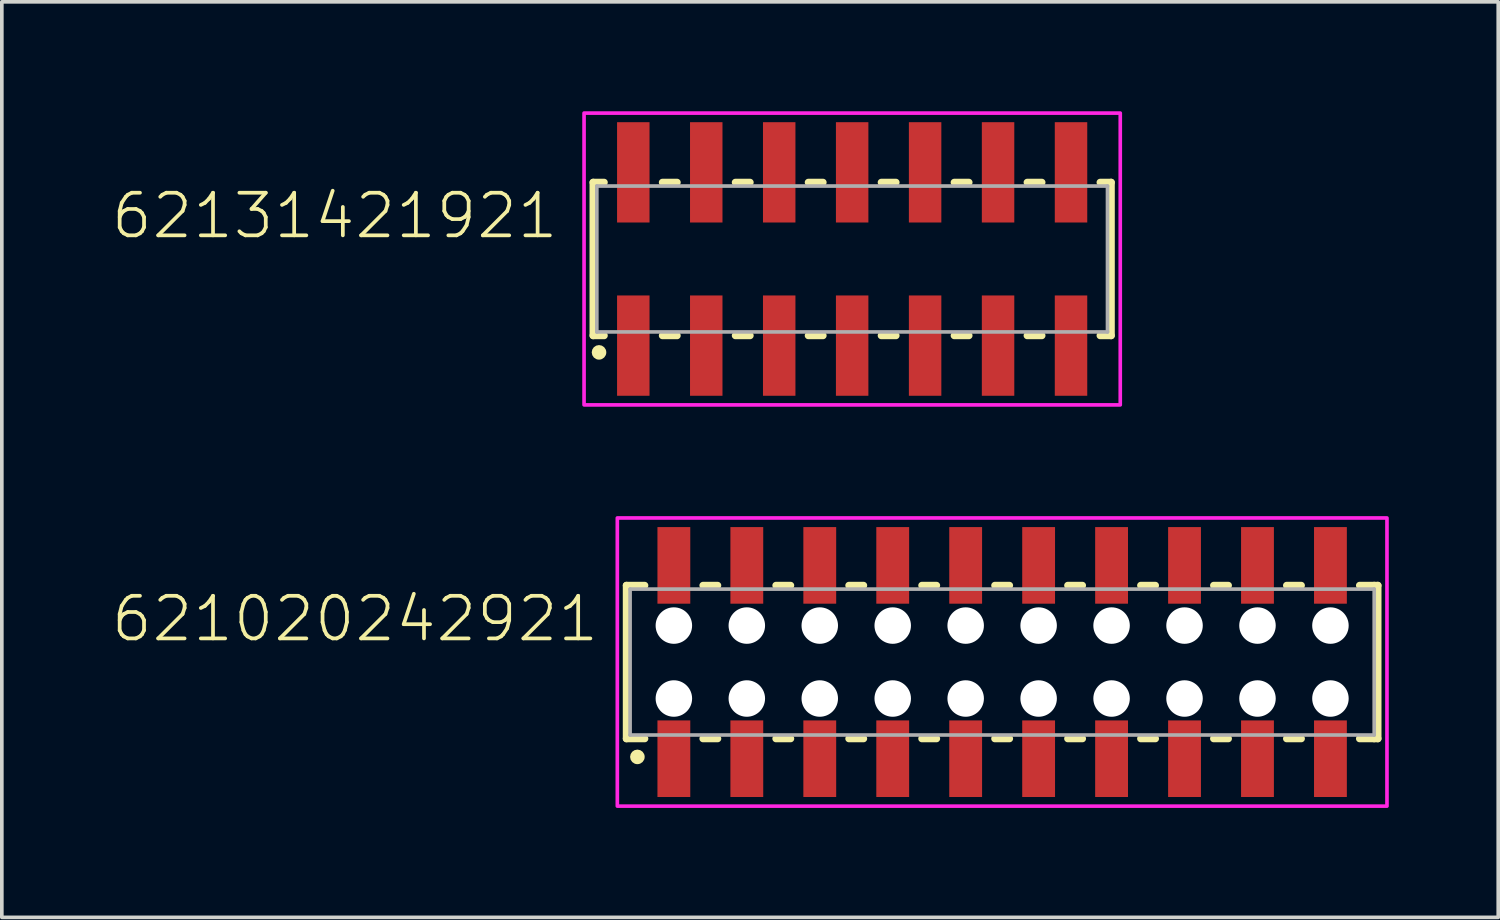
<source format=kicad_pcb>
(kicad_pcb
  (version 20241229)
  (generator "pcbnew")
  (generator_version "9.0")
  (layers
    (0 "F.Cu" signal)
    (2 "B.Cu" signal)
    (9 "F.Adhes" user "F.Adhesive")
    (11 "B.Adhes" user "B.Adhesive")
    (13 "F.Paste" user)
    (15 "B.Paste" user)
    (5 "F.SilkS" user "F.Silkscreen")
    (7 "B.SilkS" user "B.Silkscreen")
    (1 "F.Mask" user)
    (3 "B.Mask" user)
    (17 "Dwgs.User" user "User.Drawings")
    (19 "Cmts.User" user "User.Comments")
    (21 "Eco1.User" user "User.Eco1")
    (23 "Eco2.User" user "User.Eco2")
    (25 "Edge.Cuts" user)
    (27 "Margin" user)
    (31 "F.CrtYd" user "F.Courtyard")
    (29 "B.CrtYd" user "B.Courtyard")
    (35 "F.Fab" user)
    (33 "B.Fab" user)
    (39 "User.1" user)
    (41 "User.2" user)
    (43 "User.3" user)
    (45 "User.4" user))
  (footprint "621020242921"
    (layer "F.Cu")
    (at 24.424 15.1)
    (property "Reference" "621020242921" (at -11 -0.5 0) (unlocked yes) (layer "F.SilkS") (effects (font (size 1.168 1.168) (thickness 0.102)) (justify right bottom)))
    (fp_line (start -10.3 -2.1) (end -10.3 2.1) (stroke (width 0.2) (type solid)) (layer "F.SilkS"))
    (fp_line (start -10.3 2.1) (end -9.8 2.1) (stroke (width 0.2) (type solid)) (layer "F.SilkS"))
    (fp_line (start -9.8 -2.1) (end -10.3 -2.1) (stroke (width 0.2) (type solid)) (layer "F.SilkS"))
    (fp_line (start -8.2 2.1) (end -7.8 2.1) (stroke (width 0.2) (type solid)) (layer "F.SilkS"))
    (fp_line (start -7.8 -2.1) (end -8.2 -2.1) (stroke (width 0.2) (type solid)) (layer "F.SilkS"))
    (fp_line (start -6.2 2.1) (end -5.8 2.1) (stroke (width 0.2) (type solid)) (layer "F.SilkS"))
    (fp_line (start -5.8 -2.1) (end -6.2 -2.1) (stroke (width 0.2) (type solid)) (layer "F.SilkS"))
    (fp_line (start -4.2 2.1) (end -3.8 2.1) (stroke (width 0.2) (type solid)) (layer "F.SilkS"))
    (fp_line (start -3.8 -2.1) (end -4.2 -2.1) (stroke (width 0.2) (type solid)) (layer "F.SilkS"))
    (fp_line (start -2.2 2.1) (end -1.8 2.1) (stroke (width 0.2) (type solid)) (layer "F.SilkS"))
    (fp_line (start -1.8 -2.1) (end -2.2 -2.1) (stroke (width 0.2) (type solid)) (layer "F.SilkS"))
    (fp_line (start -0.2 2.1) (end 0.2 2.1) (stroke (width 0.2) (type solid)) (layer "F.SilkS"))
    (fp_line (start 0.2 -2.1) (end -0.2 -2.1) (stroke (width 0.2) (type solid)) (layer "F.SilkS"))
    (fp_line (start 1.8 2.1) (end 2.2 2.1) (stroke (width 0.2) (type solid)) (layer "F.SilkS"))
    (fp_line (start 2.2 -2.1) (end 1.8 -2.1) (stroke (width 0.2) (type solid)) (layer "F.SilkS"))
    (fp_line (start 3.8 2.1) (end 4.2 2.1) (stroke (width 0.2) (type solid)) (layer "F.SilkS"))
    (fp_line (start 4.2 -2.1) (end 3.8 -2.1) (stroke (width 0.2) (type solid)) (layer "F.SilkS"))
    (fp_line (start 5.8 2.1) (end 6.2 2.1) (stroke (width 0.2) (type solid)) (layer "F.SilkS"))
    (fp_line (start 6.2 -2.1) (end 5.8 -2.1) (stroke (width 0.2) (type solid)) (layer "F.SilkS"))
    (fp_line (start 7.8 2.1) (end 8.2 2.1) (stroke (width 0.2) (type solid)) (layer "F.SilkS"))
    (fp_line (start 8.2 -2.1) (end 7.8 -2.1) (stroke (width 0.2) (type solid)) (layer "F.SilkS"))
    (fp_line (start 9.8 2.1) (end 10.2 2.1) (stroke (width 0.2) (type solid)) (layer "F.SilkS"))
    (fp_line (start 10.2 -2.1) (end 9.8 -2.1) (stroke (width 0.2) (type solid)) (layer "F.SilkS"))
    (fp_line (start 10.2 -2.1) (end 10.3 -2.1) (stroke (width 0.2) (type solid)) (layer "F.SilkS"))
    (fp_line (start 10.3 -2.1) (end 10.3 2.1) (stroke (width 0.2) (type solid)) (layer "F.SilkS"))
    (fp_line (start 10.3 2.1) (end 10.2 2.1) (stroke (width 0.2) (type solid)) (layer "F.SilkS"))
    (fp_circle (center -10 2.6) (end -9.9 2.6) (stroke (width 0.2) (type solid)) (fill no) (layer "F.SilkS"))
    (fp_poly (pts (xy 10.55 3.95) (xy -10.55 3.95) (xy -10.55 -3.95) (xy 10.55 -3.95)) (stroke (width 0.1) (type default)) (fill no) (layer "F.CrtYd"))
    (fp_line (start -10.2 -2) (end -10.2 2) (stroke (width 0.1) (type solid)) (layer "F.Fab"))
    (fp_line (start -10.2 2) (end 10.2 2) (stroke (width 0.1) (type solid)) (layer "F.Fab"))
    (fp_line (start 10.2 -2) (end -10.2 -2) (stroke (width 0.1) (type solid)) (layer "F.Fab"))
    (fp_line (start 10.2 2) (end 10.2 -2) (stroke (width 0.1) (type solid)) (layer "F.Fab"))
    (pad "" np_thru_hole circle (at -9 -1) (size 1 1) (drill 1) (layers "*.Cu" "*.Mask"))
    (pad "" np_thru_hole circle (at -9 1) (size 1 1) (drill 1) (layers "*.Cu" "*.Mask"))
    (pad "" np_thru_hole circle (at -7 -1) (size 1 1) (drill 1) (layers "*.Cu" "*.Mask"))
    (pad "" np_thru_hole circle (at -7 1) (size 1 1) (drill 1) (layers "*.Cu" "*.Mask"))
    (pad "" np_thru_hole circle (at -5 -1) (size 1 1) (drill 1) (layers "*.Cu" "*.Mask"))
    (pad "" np_thru_hole circle (at -5 1) (size 1 1) (drill 1) (layers "*.Cu" "*.Mask"))
    (pad "" np_thru_hole circle (at -3 -1) (size 1 1) (drill 1) (layers "*.Cu" "*.Mask"))
    (pad "" np_thru_hole circle (at -3 1) (size 1 1) (drill 1) (layers "*.Cu" "*.Mask"))
    (pad "" np_thru_hole circle (at -1 -1) (size 1 1) (drill 1) (layers "*.Cu" "*.Mask"))
    (pad "" np_thru_hole circle (at -1 1) (size 1 1) (drill 1) (layers "*.Cu" "*.Mask"))
    (pad "" np_thru_hole circle (at 1 -1) (size 1 1) (drill 1) (layers "*.Cu" "*.Mask"))
    (pad "" np_thru_hole circle (at 1 1) (size 1 1) (drill 1) (layers "*.Cu" "*.Mask"))
    (pad "" np_thru_hole circle (at 3 -1) (size 1 1) (drill 1) (layers "*.Cu" "*.Mask"))
    (pad "" np_thru_hole circle (at 3 1) (size 1 1) (drill 1) (layers "*.Cu" "*.Mask"))
    (pad "" np_thru_hole circle (at 5 -1) (size 1 1) (drill 1) (layers "*.Cu" "*.Mask"))
    (pad "" np_thru_hole circle (at 5 1) (size 1 1) (drill 1) (layers "*.Cu" "*.Mask"))
    (pad "" np_thru_hole circle (at 7 -1) (size 1 1) (drill 1) (layers "*.Cu" "*.Mask"))
    (pad "" np_thru_hole circle (at 7 1) (size 1 1) (drill 1) (layers "*.Cu" "*.Mask"))
    (pad "" np_thru_hole circle (at 9 -1) (size 1 1) (drill 1) (layers "*.Cu" "*.Mask"))
    (pad "" np_thru_hole circle (at 9 1) (size 1 1) (drill 1) (layers "*.Cu" "*.Mask"))
    (pad "1" smd rect (at -9 2.65) (size 0.9 2.1) (layers "F.Cu" "F.Mask" "F.Paste"))
    (pad "2" smd rect (at -9 -2.65) (size 0.9 2.1) (layers "F.Cu" "F.Mask" "F.Paste"))
    (pad "3" smd rect (at -7 2.65) (size 0.9 2.1) (layers "F.Cu" "F.Mask" "F.Paste"))
    (pad "4" smd rect (at -7 -2.65) (size 0.9 2.1) (layers "F.Cu" "F.Mask" "F.Paste"))
    (pad "5" smd rect (at -5 2.65) (size 0.9 2.1) (layers "F.Cu" "F.Mask" "F.Paste"))
    (pad "6" smd rect (at -5 -2.65) (size 0.9 2.1) (layers "F.Cu" "F.Mask" "F.Paste"))
    (pad "7" smd rect (at -3 2.65) (size 0.9 2.1) (layers "F.Cu" "F.Mask" "F.Paste"))
    (pad "8" smd rect (at -3 -2.65) (size 0.9 2.1) (layers "F.Cu" "F.Mask" "F.Paste"))
    (pad "9" smd rect (at -1 2.65) (size 0.9 2.1) (layers "F.Cu" "F.Mask" "F.Paste"))
    (pad "10" smd rect (at -1 -2.65) (size 0.9 2.1) (layers "F.Cu" "F.Mask" "F.Paste"))
    (pad "11" smd rect (at 1 2.65) (size 0.9 2.1) (layers "F.Cu" "F.Mask" "F.Paste"))
    (pad "12" smd rect (at 1 -2.65) (size 0.9 2.1) (layers "F.Cu" "F.Mask" "F.Paste"))
    (pad "13" smd rect (at 3 2.65) (size 0.9 2.1) (layers "F.Cu" "F.Mask" "F.Paste"))
    (pad "14" smd rect (at 3 -2.65) (size 0.9 2.1) (layers "F.Cu" "F.Mask" "F.Paste"))
    (pad "15" smd rect (at 5 2.65) (size 0.9 2.1) (layers "F.Cu" "F.Mask" "F.Paste"))
    (pad "16" smd rect (at 5 -2.65) (size 0.9 2.1) (layers "F.Cu" "F.Mask" "F.Paste"))
    (pad "17" smd rect (at 7 2.65) (size 0.9 2.1) (layers "F.Cu" "F.Mask" "F.Paste"))
    (pad "18" smd rect (at 7 -2.65) (size 0.9 2.1) (layers "F.Cu" "F.Mask" "F.Paste"))
    (pad "19" smd rect (at 9 2.65) (size 0.9 2.1) (layers "F.Cu" "F.Mask" "F.Paste"))
    (pad "20" smd rect (at 9 -2.65) (size 0.9 2.1) (layers "F.Cu" "F.Mask" "F.Paste")))
  (footprint "62131421921"
    (layer "F.Cu")
    (at 20.312 4.05)
    (property "Reference" "62131421921" (at -8 -0.5 0) (unlocked yes) (layer "F.SilkS") (effects (font (size 1.168 1.168) (thickness 0.102)) (justify right bottom)))
    (fp_line (start -7.1 -2.1) (end -7.1 2.1) (stroke (width 0.2) (type solid)) (layer "F.SilkS"))
    (fp_line (start -7.1 2.1) (end -6.8 2.1) (stroke (width 0.2) (type solid)) (layer "F.SilkS"))
    (fp_line (start -6.8 -2.1) (end -7.1 -2.1) (stroke (width 0.2) (type solid)) (layer "F.SilkS"))
    (fp_line (start -5.2 -2.1) (end -4.8 -2.1) (stroke (width 0.2) (type solid)) (layer "F.SilkS"))
    (fp_line (start -4.8 2.1) (end -5.2 2.1) (stroke (width 0.2) (type solid)) (layer "F.SilkS"))
    (fp_line (start -3.2 -2.1) (end -2.8 -2.1) (stroke (width 0.2) (type solid)) (layer "F.SilkS"))
    (fp_line (start -2.8 2.1) (end -3.2 2.1) (stroke (width 0.2) (type solid)) (layer "F.SilkS"))
    (fp_line (start -1.2 -2.1) (end -0.8 -2.1) (stroke (width 0.2) (type solid)) (layer "F.SilkS"))
    (fp_line (start -0.8 2.1) (end -1.2 2.1) (stroke (width 0.2) (type solid)) (layer "F.SilkS"))
    (fp_line (start 0.8 -2.1) (end 1.2 -2.1) (stroke (width 0.2) (type solid)) (layer "F.SilkS"))
    (fp_line (start 1.2 2.1) (end 0.8 2.1) (stroke (width 0.2) (type solid)) (layer "F.SilkS"))
    (fp_line (start 2.8 -2.1) (end 3.2 -2.1) (stroke (width 0.2) (type solid)) (layer "F.SilkS"))
    (fp_line (start 3.2 2.1) (end 2.8 2.1) (stroke (width 0.2) (type solid)) (layer "F.SilkS"))
    (fp_line (start 4.8 -2.1) (end 5.2 -2.1) (stroke (width 0.2) (type solid)) (layer "F.SilkS"))
    (fp_line (start 5.2 2.1) (end 4.8 2.1) (stroke (width 0.2) (type solid)) (layer "F.SilkS"))
    (fp_line (start 6.8 -2.1) (end 7.1 -2.1) (stroke (width 0.2) (type solid)) (layer "F.SilkS"))
    (fp_line (start 7.1 -2.1) (end 7.1 2.1) (stroke (width 0.2) (type solid)) (layer "F.SilkS"))
    (fp_line (start 7.1 2.1) (end 6.8 2.1) (stroke (width 0.2) (type solid)) (layer "F.SilkS"))
    (fp_circle (center -6.94 2.56) (end -6.84 2.56) (stroke (width 0.2) (type solid)) (fill no) (layer "F.SilkS"))
    (fp_poly (pts (xy 7.35 4) (xy -7.35 4) (xy -7.35 -4) (xy 7.35 -4)) (stroke (width 0.1) (type default)) (fill no) (layer "F.CrtYd"))
    (fp_line (start -7 -2) (end 7 -2) (stroke (width 0.1) (type solid)) (layer "F.Fab"))
    (fp_line (start -7 2) (end -7 -2) (stroke (width 0.1) (type solid)) (layer "F.Fab"))
    (fp_line (start 7 -2) (end 7 2) (stroke (width 0.1) (type solid)) (layer "F.Fab"))
    (fp_line (start 7 2) (end -7 2) (stroke (width 0.1) (type solid)) (layer "F.Fab"))
    (pad "1" smd rect (at -6 2.375) (size 0.89 2.75) (layers "F.Cu" "F.Mask" "F.Paste"))
    (pad "2" smd rect (at -6 -2.375) (size 0.89 2.75) (layers "F.Cu" "F.Mask" "F.Paste"))
    (pad "3" smd rect (at -4 2.375) (size 0.89 2.75) (layers "F.Cu" "F.Mask" "F.Paste"))
    (pad "4" smd rect (at -4 -2.375) (size 0.89 2.75) (layers "F.Cu" "F.Mask" "F.Paste"))
    (pad "5" smd rect (at -2 2.375) (size 0.89 2.75) (layers "F.Cu" "F.Mask" "F.Paste"))
    (pad "6" smd rect (at -2 -2.375) (size 0.89 2.75) (layers "F.Cu" "F.Mask" "F.Paste"))
    (pad "7" smd rect (at 0 2.375) (size 0.89 2.75) (layers "F.Cu" "F.Mask" "F.Paste"))
    (pad "8" smd rect (at 0 -2.375) (size 0.89 2.75) (layers "F.Cu" "F.Mask" "F.Paste"))
    (pad "9" smd rect (at 2 2.375) (size 0.89 2.75) (layers "F.Cu" "F.Mask" "F.Paste"))
    (pad "10" smd rect (at 2 -2.375) (size 0.89 2.75) (layers "F.Cu" "F.Mask" "F.Paste"))
    (pad "11" smd rect (at 4 2.375) (size 0.89 2.75) (layers "F.Cu" "F.Mask" "F.Paste"))
    (pad "12" smd rect (at 4 -2.375) (size 0.89 2.75) (layers "F.Cu" "F.Mask" "F.Paste"))
    (pad "13" smd rect (at 6 2.375) (size 0.89 2.75) (layers "F.Cu" "F.Mask" "F.Paste"))
    (pad "14" smd rect (at 6 -2.375) (size 0.89 2.75) (layers "F.Cu" "F.Mask" "F.Paste")))
  (gr_rect
    (start -3 -3)
    (end 38.024 22.1)
    (stroke (width 0.1) (type default))
    (fill no)
    (layer "Edge.Cuts")))
</source>
